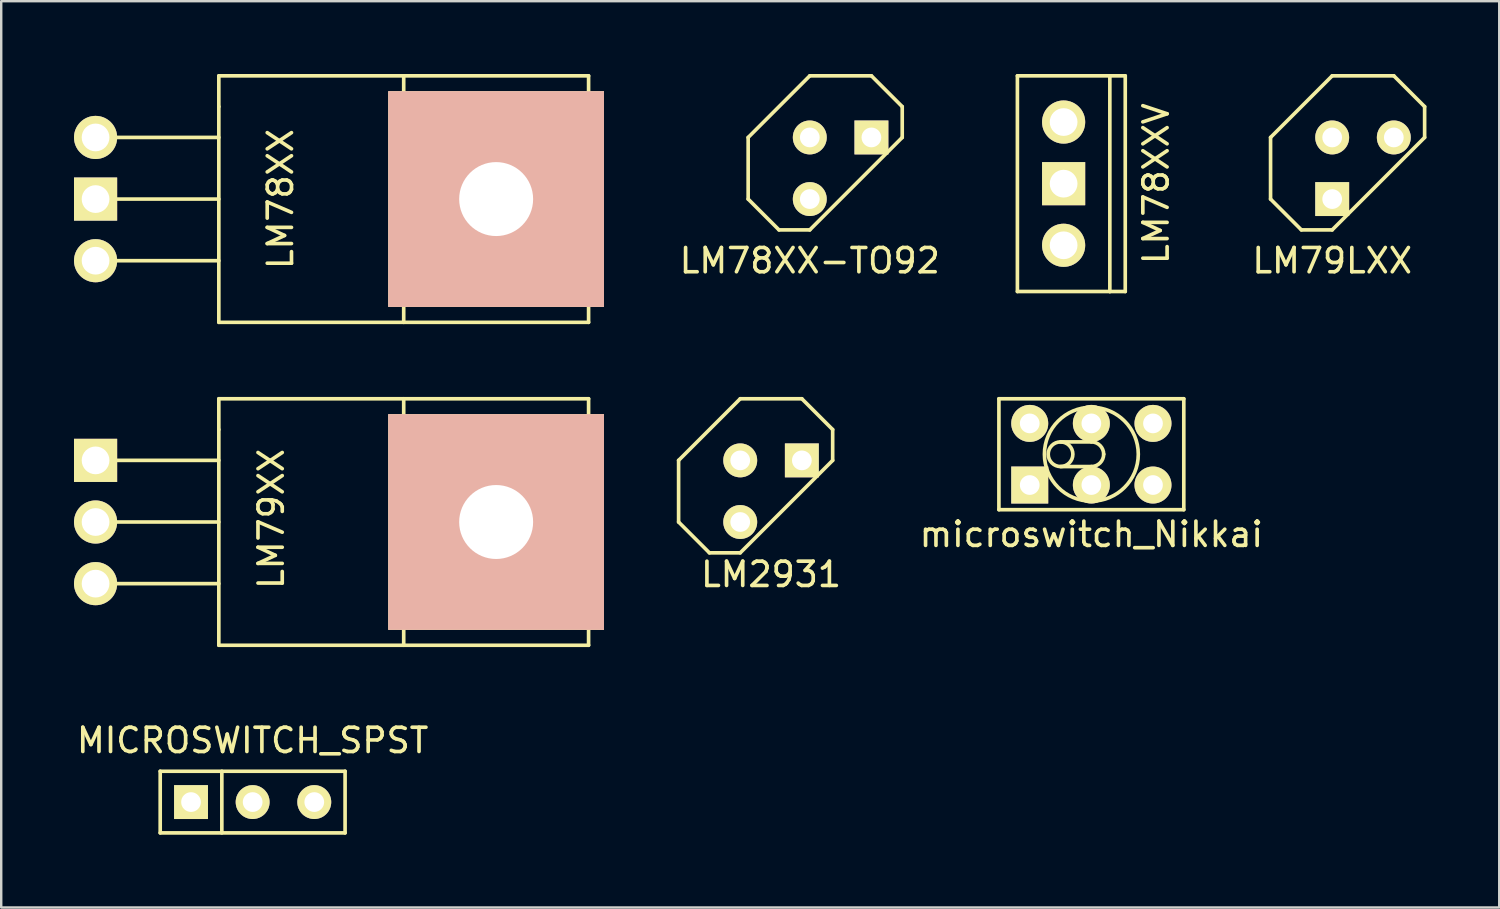
<source format=kicad_pcb>
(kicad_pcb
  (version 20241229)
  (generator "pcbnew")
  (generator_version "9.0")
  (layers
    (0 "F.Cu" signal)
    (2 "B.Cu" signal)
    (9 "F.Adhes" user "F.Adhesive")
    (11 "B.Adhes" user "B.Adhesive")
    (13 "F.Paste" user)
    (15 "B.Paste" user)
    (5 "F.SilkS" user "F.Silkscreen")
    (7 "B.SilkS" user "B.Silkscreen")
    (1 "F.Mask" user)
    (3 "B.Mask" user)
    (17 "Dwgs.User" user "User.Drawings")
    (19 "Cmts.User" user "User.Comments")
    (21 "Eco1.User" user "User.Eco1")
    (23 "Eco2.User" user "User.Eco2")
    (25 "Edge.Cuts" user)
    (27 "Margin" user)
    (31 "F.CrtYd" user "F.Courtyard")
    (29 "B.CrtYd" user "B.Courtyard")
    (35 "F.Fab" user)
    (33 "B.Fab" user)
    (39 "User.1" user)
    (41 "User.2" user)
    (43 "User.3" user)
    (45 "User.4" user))
  (footprint "LM79XX"
    (layer "F.Cu")
    (at 0.889 18.465)
    (property "Reference" "LM79XX" (at 7.239 -0.127 90) (layer "F.SilkS") (effects (font (size 1 1) (thickness 0.15))))
    (attr through_hole)
    (fp_line (start 0 -2.54) (end 5.08 -2.54) (stroke (width 0.15) (type solid)) (layer "F.SilkS"))
    (fp_line (start 0 0) (end 5.08 0) (stroke (width 0.15) (type solid)) (layer "F.SilkS"))
    (fp_line (start 0 2.54) (end 5.08 2.54) (stroke (width 0.15) (type solid)) (layer "F.SilkS"))
    (fp_line (start 5.08 -5.08) (end 5.08 -3.81) (stroke (width 0.15) (type solid)) (layer "F.SilkS"))
    (fp_line (start 5.08 -3.81) (end 5.08 5.08) (stroke (width 0.15) (type solid)) (layer "F.SilkS"))
    (fp_line (start 5.08 5.08) (end 20.32 5.08) (stroke (width 0.15) (type solid)) (layer "F.SilkS"))
    (fp_line (start 12.7 3.81) (end 12.7 -5.08) (stroke (width 0.15) (type solid)) (layer "F.SilkS"))
    (fp_line (start 12.7 3.81) (end 12.7 5.08) (stroke (width 0.15) (type solid)) (layer "F.SilkS"))
    (fp_line (start 20.32 -5.08) (end 5.08 -5.08) (stroke (width 0.15) (type solid)) (layer "F.SilkS"))
    (fp_line (start 20.32 5.08) (end 20.32 -5.08) (stroke (width 0.15) (type solid)) (layer "F.SilkS"))
    (pad "4" thru_hole rect (at 16.51 0) (size 8.89 8.89) (drill 3.048) (layers "*.Cu" "*.SilkS" "*.Mask"))
    (pad "GND" thru_hole rect (at 0 -2.54) (size 1.778 1.778) (drill 1.143) (layers "*.Cu" "*.Mask" "F.SilkS"))
    (pad "VI" thru_hole circle (at 0 0) (size 1.778 1.778) (drill 1.143) (layers "*.Cu" "*.Mask" "F.SilkS"))
    (pad "VO" thru_hole circle (at 0 2.54) (size 1.778 1.778) (drill 1.143) (layers "*.Cu" "*.Mask" "F.SilkS")))
  (footprint "LM78XXV"
    (layer "F.Cu")
    (at 40.788 4.52)
    (property "Reference" "LM78XXV" (at 3.81 0 90) (layer "F.SilkS") (effects (font (size 1 1) (thickness 0.15))))
    (attr through_hole)
    (fp_line (start -1.905 -4.445) (end 1.905 -4.445) (stroke (width 0.15) (type solid)) (layer "F.SilkS"))
    (fp_line (start -1.905 4.445) (end -1.905 -4.445) (stroke (width 0.15) (type solid)) (layer "F.SilkS"))
    (fp_line (start 1.905 -4.445) (end 1.905 4.445) (stroke (width 0.15) (type solid)) (layer "F.SilkS"))
    (fp_line (start 1.905 -4.445) (end 2.54 -4.445) (stroke (width 0.15) (type solid)) (layer "F.SilkS"))
    (fp_line (start 1.905 4.445) (end -1.905 4.445) (stroke (width 0.15) (type solid)) (layer "F.SilkS"))
    (fp_line (start 2.54 -4.445) (end 2.54 4.445) (stroke (width 0.15) (type solid)) (layer "F.SilkS"))
    (fp_line (start 2.54 4.445) (end 1.905 4.445) (stroke (width 0.15) (type solid)) (layer "F.SilkS"))
    (pad "GND" thru_hole rect (at 0 0) (size 1.778 1.778) (drill 1.143) (layers "*.Cu" "*.Mask" "F.SilkS"))
    (pad "VI" thru_hole circle (at 0 -2.54) (size 1.778 1.778) (drill 1.143) (layers "*.Cu" "*.Mask" "F.SilkS"))
    (pad "VO" thru_hole circle (at 0 2.54) (size 1.778 1.778) (drill 1.143) (layers "*.Cu" "*.Mask" "F.SilkS")))
  (footprint "microswitch_Nikkai"
    (layer "F.Cu")
    (at 41.931 15.671)
    (property "Reference" "microswitch_Nikkai" (at 0 3.302 0) (layer "F.SilkS") (effects (font (size 1 1) (thickness 0.15))))
    (attr through_hole)
    (fp_line (start -3.81 -2.286) (end -3.81 2.286) (stroke (width 0.15) (type solid)) (layer "F.SilkS"))
    (fp_line (start -3.81 -2.286) (end 3.81 -2.286) (stroke (width 0.15) (type solid)) (layer "F.SilkS"))
    (fp_line (start -1.27 -0.508) (end 0 -0.508) (stroke (width 0.15) (type solid)) (layer "F.SilkS"))
    (fp_line (start 0 0.508) (end -1.27 0.508) (stroke (width 0.15) (type solid)) (layer "F.SilkS"))
    (fp_line (start 3.81 -2.286) (end 3.81 2.286) (stroke (width 0.15) (type solid)) (layer "F.SilkS"))
    (fp_line (start 3.81 2.286) (end -3.81 2.286) (stroke (width 0.15) (type solid)) (layer "F.SilkS"))
    (fp_arc (start 0 -0.508) (mid 0.35921 -0.35921) (end 0.508 0) (stroke (width 0.15) (type solid)) (layer "F.SilkS"))
    (fp_arc (start 0.508 0) (mid 0.35921 0.35921) (end 0 0.508) (stroke (width 0.15) (type solid)) (layer "F.SilkS"))
    (fp_circle (center -1.27 0) (end -1.778 0) (stroke (width 0.15) (type solid)) (fill no) (layer "F.SilkS"))
    (fp_circle (center 0 0) (end -0.762 -1.778) (stroke (width 0.15) (type solid)) (fill no) (layer "F.SilkS"))
    (pad "1" thru_hole rect (at -2.54 1.27) (size 1.524 1.524) (drill 0.813) (layers "*.Cu" "*.Mask" "F.SilkS"))
    (pad "2" thru_hole circle (at 0 1.27) (size 1.524 1.524) (drill 0.813) (layers "*.Cu" "*.Mask" "F.SilkS"))
    (pad "3" thru_hole circle (at 2.54 1.27) (size 1.524 1.524) (drill 0.813) (layers "*.Cu" "*.Mask" "F.SilkS"))
    (pad "4" thru_hole circle (at 2.54 -1.27) (size 1.524 1.524) (drill 0.813) (layers "*.Cu" "*.Mask" "F.SilkS"))
    (pad "5" thru_hole circle (at 0 -1.27) (size 1.524 1.524) (drill 0.813) (layers "*.Cu" "*.Mask" "F.SilkS"))
    (pad "6" thru_hole circle (at -2.54 -1.27) (size 1.524 1.524) (drill 0.813) (layers "*.Cu" "*.Mask" "F.SilkS")))
  (footprint "LM79LXX"
    (layer "F.Cu")
    (at 53.127 3.885)
    (property "Reference" "LM79LXX" (at -1.27 3.81 0) (layer "F.SilkS") (effects (font (size 1 1) (thickness 0.15))))
    (attr through_hole)
    (fp_line (start -3.81 -1.27) (end -3.81 1.27) (stroke (width 0.15) (type solid)) (layer "F.SilkS"))
    (fp_line (start -3.81 1.27) (end -2.54 2.54) (stroke (width 0.15) (type solid)) (layer "F.SilkS"))
    (fp_line (start -2.54 2.54) (end -1.27 2.54) (stroke (width 0.15) (type solid)) (layer "F.SilkS"))
    (fp_line (start -1.27 -3.81) (end -3.81 -1.27) (stroke (width 0.15) (type solid)) (layer "F.SilkS"))
    (fp_line (start -1.27 2.54) (end 2.54 -1.27) (stroke (width 0.15) (type solid)) (layer "F.SilkS"))
    (fp_line (start 1.27 -3.81) (end -1.27 -3.81) (stroke (width 0.15) (type solid)) (layer "F.SilkS"))
    (fp_line (start 2.54 -2.54) (end 1.27 -3.81) (stroke (width 0.15) (type solid)) (layer "F.SilkS"))
    (fp_line (start 2.54 -1.27) (end 2.54 -2.54) (stroke (width 0.15) (type solid)) (layer "F.SilkS"))
    (pad "GND" thru_hole rect (at -1.27 1.27) (size 1.397 1.397) (drill 0.813) (layers "*.Cu" "*.Mask" "F.SilkS"))
    (pad "VI" thru_hole circle (at -1.27 -1.27) (size 1.397 1.397) (drill 0.813) (layers "*.Cu" "*.Mask" "F.SilkS"))
    (pad "VO" thru_hole circle (at 1.27 -1.27) (size 1.397 1.397) (drill 0.813) (layers "*.Cu" "*.Mask" "F.SilkS")))
  (footprint "MICROSWITCH_SPST"
    (layer "F.Cu")
    (at 7.363 30.008)
    (property "Reference" "MICROSWITCH_SPST" (at 0 -2.54 0) (layer "F.SilkS") (effects (font (size 1 1) (thickness 0.15))))
    (attr through_hole)
    (fp_line (start -3.81 -1.27) (end 3.81 -1.27) (stroke (width 0.15) (type solid)) (layer "F.SilkS"))
    (fp_line (start -3.81 1.27) (end -3.81 -1.27) (stroke (width 0.15) (type solid)) (layer "F.SilkS"))
    (fp_line (start -1.27 -1.27) (end -1.27 1.27) (stroke (width 0.15) (type solid)) (layer "F.SilkS"))
    (fp_line (start 3.81 -1.27) (end 3.81 1.27) (stroke (width 0.15) (type solid)) (layer "F.SilkS"))
    (fp_line (start 3.81 1.27) (end -3.81 1.27) (stroke (width 0.15) (type solid)) (layer "F.SilkS"))
    (pad "1" thru_hole rect (at -2.54 0) (size 1.397 1.397) (drill 0.813) (layers "*.Cu" "*.Mask" "F.SilkS"))
    (pad "2" thru_hole circle (at 0 0) (size 1.397 1.397) (drill 0.813) (layers "*.Cu" "*.Mask" "F.SilkS"))
    (pad "3" thru_hole circle (at 2.54 0) (size 1.397 1.397) (drill 0.813) (layers "*.Cu" "*.Mask" "F.SilkS")))
  (footprint "LM78XX"
    (layer "F.Cu")
    (at 0.889 5.155)
    (property "Reference" "LM78XX" (at 7.62 0 90) (layer "F.SilkS") (effects (font (size 1 1) (thickness 0.15))))
    (attr through_hole)
    (fp_line (start 0 -2.54) (end 5.08 -2.54) (stroke (width 0.15) (type solid)) (layer "F.SilkS"))
    (fp_line (start 0 0) (end 5.08 0) (stroke (width 0.15) (type solid)) (layer "F.SilkS"))
    (fp_line (start 0 2.54) (end 5.08 2.54) (stroke (width 0.15) (type solid)) (layer "F.SilkS"))
    (fp_line (start 5.08 -5.08) (end 20.32 -5.08) (stroke (width 0.15) (type solid)) (layer "F.SilkS"))
    (fp_line (start 5.08 -3.81) (end 5.08 -5.08) (stroke (width 0.15) (type solid)) (layer "F.SilkS"))
    (fp_line (start 5.08 -3.81) (end 5.08 5.08) (stroke (width 0.15) (type solid)) (layer "F.SilkS"))
    (fp_line (start 5.08 5.08) (end 20.32 5.08) (stroke (width 0.15) (type solid)) (layer "F.SilkS"))
    (fp_line (start 12.7 3.81) (end 12.7 -5.08) (stroke (width 0.15) (type solid)) (layer "F.SilkS"))
    (fp_line (start 12.7 3.81) (end 12.7 5.08) (stroke (width 0.15) (type solid)) (layer "F.SilkS"))
    (fp_line (start 20.32 5.08) (end 20.32 -5.08) (stroke (width 0.15) (type solid)) (layer "F.SilkS"))
    (pad "4" thru_hole rect (at 16.51 0) (size 8.89 8.89) (drill 3.048) (layers "*.Cu" "*.SilkS" "*.Mask"))
    (pad "GND" thru_hole rect (at 0 0) (size 1.778 1.778) (drill 1.143) (layers "*.Cu" "*.Mask" "F.SilkS"))
    (pad "VI" thru_hole circle (at 0 -2.54) (size 1.778 1.778) (drill 1.143) (layers "*.Cu" "*.Mask" "F.SilkS"))
    (pad "VO" thru_hole circle (at 0 2.54) (size 1.778 1.778) (drill 1.143) (layers "*.Cu" "*.Mask" "F.SilkS")))
  (footprint "LM2931"
    (layer "F.Cu")
    (at 28.729 17.195)
    (property "Reference" "LM2931" (at 0 3.429 0) (layer "F.SilkS") (effects (font (size 1 1) (thickness 0.15))))
    (attr through_hole)
    (fp_line (start -3.81 -1.27) (end -3.81 1.27) (stroke (width 0.15) (type solid)) (layer "F.SilkS"))
    (fp_line (start -3.81 1.27) (end -2.54 2.54) (stroke (width 0.15) (type solid)) (layer "F.SilkS"))
    (fp_line (start -2.54 2.54) (end -1.27 2.54) (stroke (width 0.15) (type solid)) (layer "F.SilkS"))
    (fp_line (start -1.27 -3.81) (end -3.81 -1.27) (stroke (width 0.15) (type solid)) (layer "F.SilkS"))
    (fp_line (start -1.27 2.54) (end 2.54 -1.27) (stroke (width 0.15) (type solid)) (layer "F.SilkS"))
    (fp_line (start 1.27 -3.81) (end -1.27 -3.81) (stroke (width 0.15) (type solid)) (layer "F.SilkS"))
    (fp_line (start 2.54 -2.54) (end 1.27 -3.81) (stroke (width 0.15) (type solid)) (layer "F.SilkS"))
    (fp_line (start 2.54 -1.27) (end 2.54 -2.54) (stroke (width 0.15) (type solid)) (layer "F.SilkS"))
    (pad "1" thru_hole rect (at 1.27 -1.27) (size 1.397 1.397) (drill 0.813) (layers "*.Cu" "*.Mask" "F.SilkS"))
    (pad "2" thru_hole circle (at -1.27 1.27) (size 1.397 1.397) (drill 0.813) (layers "*.Cu" "*.Mask" "F.SilkS"))
    (pad "3" thru_hole circle (at -1.27 -1.27) (size 1.397 1.397) (drill 0.813) (layers "*.Cu" "*.Mask" "F.SilkS")))
  (footprint "LM78XX-TO92"
    (layer "F.Cu")
    (at 31.596 3.885)
    (property "Reference" "LM78XX-TO92" (at -1.27 3.81 0) (layer "F.SilkS") (effects (font (size 1 1) (thickness 0.15))))
    (attr through_hole)
    (fp_line (start -3.81 -1.27) (end -3.81 1.27) (stroke (width 0.15) (type solid)) (layer "F.SilkS"))
    (fp_line (start -3.81 1.27) (end -2.54 2.54) (stroke (width 0.15) (type solid)) (layer "F.SilkS"))
    (fp_line (start -2.54 2.54) (end -1.27 2.54) (stroke (width 0.15) (type solid)) (layer "F.SilkS"))
    (fp_line (start -1.27 -3.81) (end -3.81 -1.27) (stroke (width 0.15) (type solid)) (layer "F.SilkS"))
    (fp_line (start -1.27 2.54) (end 2.54 -1.27) (stroke (width 0.15) (type solid)) (layer "F.SilkS"))
    (fp_line (start 1.27 -3.81) (end -1.27 -3.81) (stroke (width 0.15) (type solid)) (layer "F.SilkS"))
    (fp_line (start 2.54 -2.54) (end 1.27 -3.81) (stroke (width 0.15) (type solid)) (layer "F.SilkS"))
    (fp_line (start 2.54 -1.27) (end 2.54 -2.54) (stroke (width 0.15) (type solid)) (layer "F.SilkS"))
    (pad "GND" thru_hole circle (at -1.27 -1.27) (size 1.397 1.397) (drill 0.813) (layers "*.Cu" "*.Mask" "F.SilkS"))
    (pad "VI" thru_hole rect (at 1.27 -1.27) (size 1.397 1.397) (drill 0.813) (layers "*.Cu" "*.Mask" "F.SilkS"))
    (pad "VO" thru_hole circle (at -1.27 1.27) (size 1.397 1.397) (drill 0.813) (layers "*.Cu" "*.Mask" "F.SilkS")))
  (gr_rect
    (start -3 -3)
    (end 58.742 34.353)
    (stroke (width 0.1) (type default))
    (fill no)
    (layer "Edge.Cuts")))
</source>
